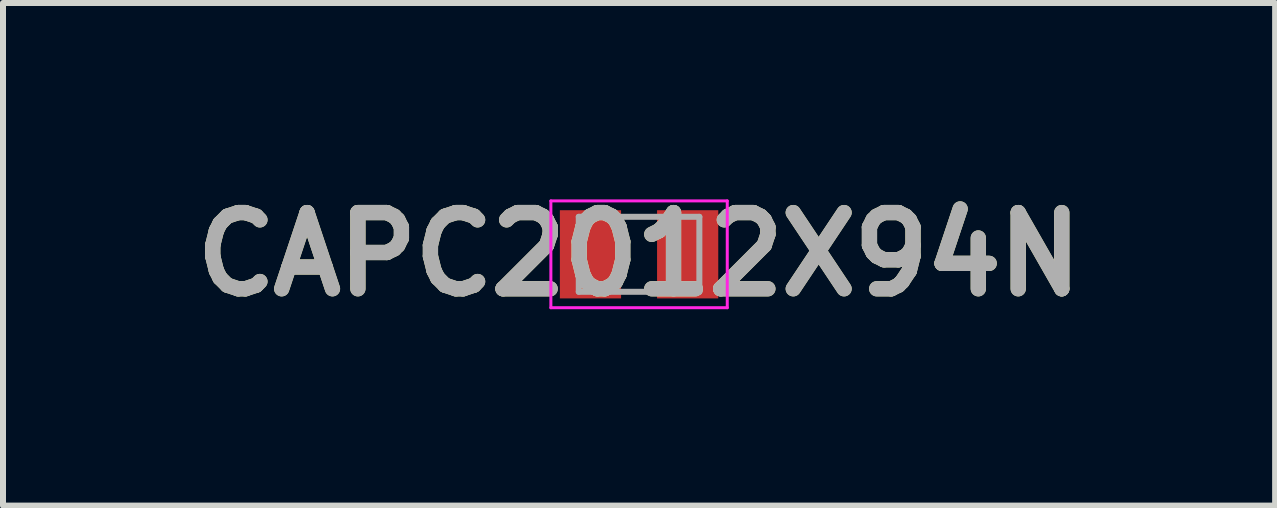
<source format=kicad_pcb>
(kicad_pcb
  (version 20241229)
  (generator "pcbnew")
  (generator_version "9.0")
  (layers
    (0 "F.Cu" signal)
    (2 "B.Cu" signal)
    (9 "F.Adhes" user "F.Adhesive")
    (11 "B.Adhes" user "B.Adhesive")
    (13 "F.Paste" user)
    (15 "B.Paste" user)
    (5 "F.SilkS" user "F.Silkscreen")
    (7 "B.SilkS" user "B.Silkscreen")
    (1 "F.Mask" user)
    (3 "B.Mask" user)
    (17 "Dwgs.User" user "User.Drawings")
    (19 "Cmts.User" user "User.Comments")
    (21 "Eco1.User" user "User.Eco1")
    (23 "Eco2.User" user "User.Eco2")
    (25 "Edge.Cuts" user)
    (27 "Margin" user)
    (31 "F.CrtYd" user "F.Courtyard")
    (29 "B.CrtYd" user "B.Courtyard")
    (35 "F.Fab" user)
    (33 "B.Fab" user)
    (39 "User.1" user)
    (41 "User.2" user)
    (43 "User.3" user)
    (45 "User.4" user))
  (footprint "CAPC2012X94N"
    (layer "F.Cu")
    (at 7.602 1.189)
    (property "Reference" "CAPC2012X94N" (at 0 0 0) (layer "F.SilkS") (effects (font (size 1.27 1.27) (thickness 0.254))))
    (attr smd)
    (fp_line (start -1.47 -0.89) (end 1.47 -0.89) (stroke (width 0.05) (type solid)) (layer "F.CrtYd"))
    (fp_line (start -1.47 0.89) (end -1.47 -0.89) (stroke (width 0.05) (type solid)) (layer "F.CrtYd"))
    (fp_line (start 1.47 -0.89) (end 1.47 0.89) (stroke (width 0.05) (type solid)) (layer "F.CrtYd"))
    (fp_line (start 1.47 0.89) (end -1.47 0.89) (stroke (width 0.05) (type solid)) (layer "F.CrtYd"))
    (fp_line (start -1.005 -0.625) (end 1.005 -0.625) (stroke (width 0.1) (type solid)) (layer "F.Fab"))
    (fp_line (start -1.005 0.625) (end -1.005 -0.625) (stroke (width 0.1) (type solid)) (layer "F.Fab"))
    (fp_line (start 1.005 -0.625) (end 1.005 0.625) (stroke (width 0.1) (type solid)) (layer "F.Fab"))
    (fp_line (start 1.005 0.625) (end -1.005 0.625) (stroke (width 0.1) (type solid)) (layer "F.Fab"))
    (fp_text user "${REFERENCE}" (at 0 0 0) (layer "F.Fab") (effects (font (size 1.27 1.27) (thickness 0.254))))
    (pad "1" smd rect (at -0.81 0) (size 1.02 1.47) (layers "F.Cu" "F.Mask" "F.Paste"))
    (pad "2" smd rect (at 0.81 0) (size 1.02 1.47) (layers "F.Cu" "F.Mask" "F.Paste")))
  (gr_rect
    (start -3 -3)
    (end 18.204 5.377)
    (stroke (width 0.1) (type default))
    (fill no)
    (layer "Edge.Cuts")))
</source>
